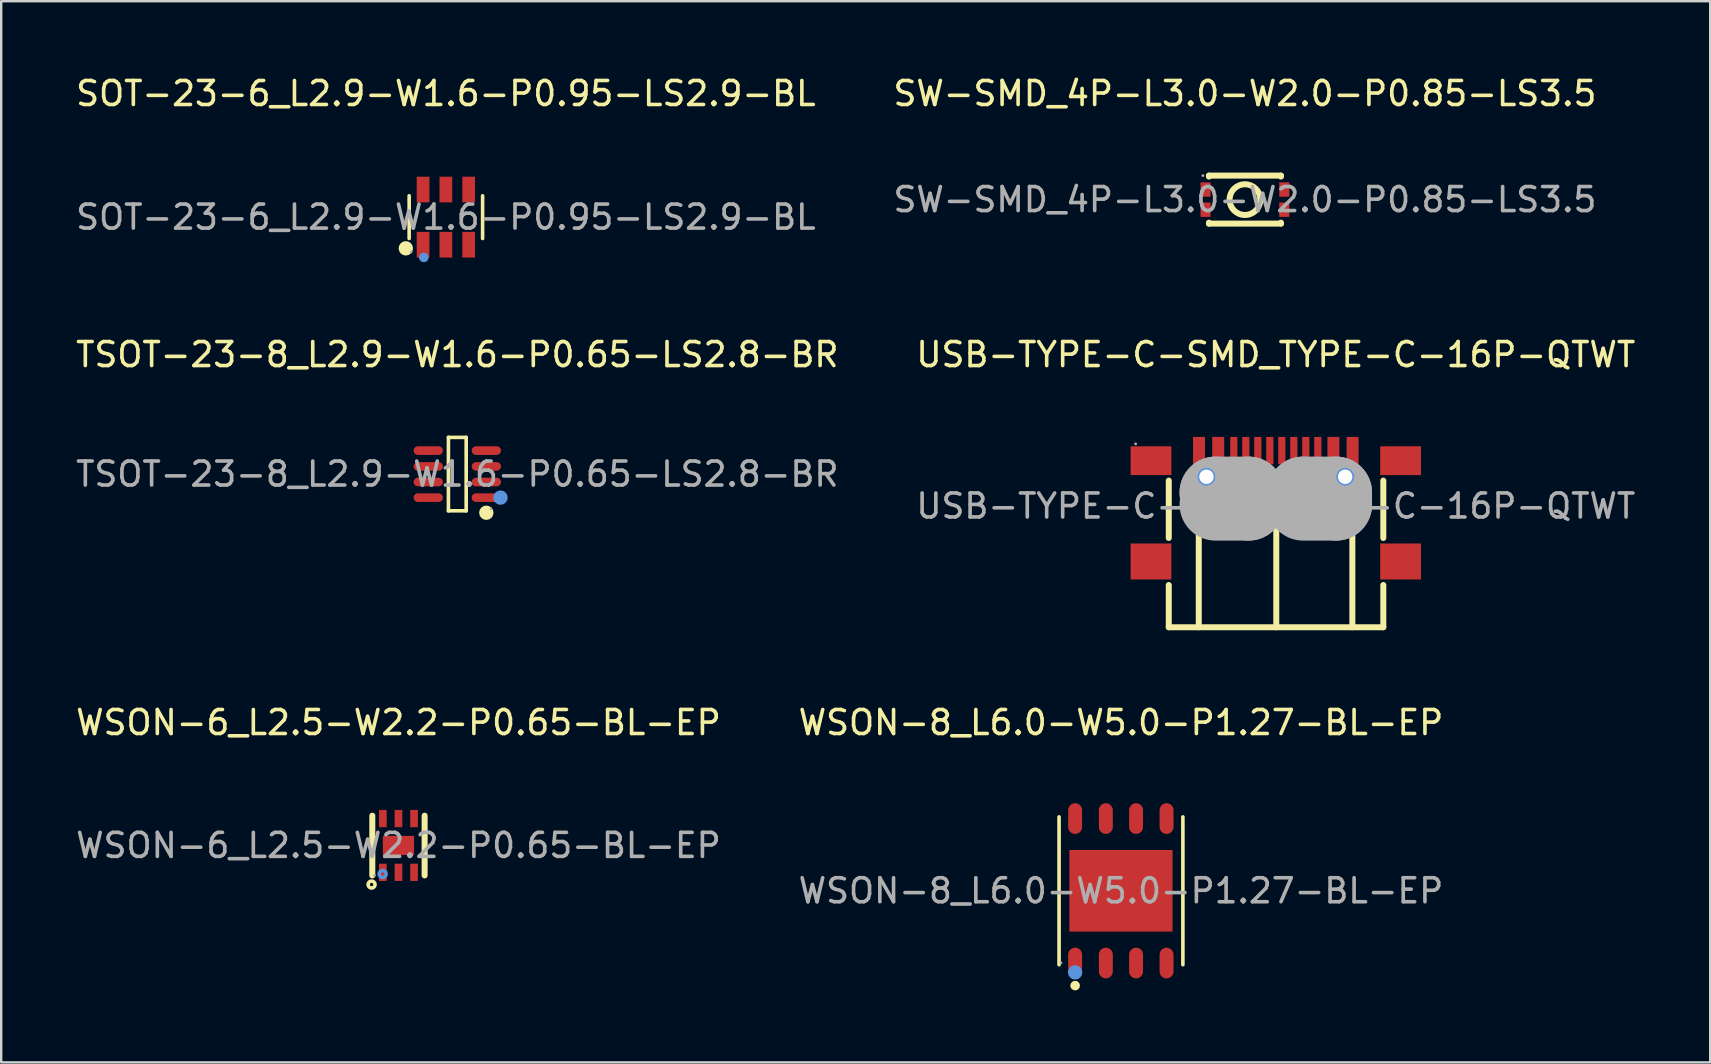
<source format=kicad_pcb>
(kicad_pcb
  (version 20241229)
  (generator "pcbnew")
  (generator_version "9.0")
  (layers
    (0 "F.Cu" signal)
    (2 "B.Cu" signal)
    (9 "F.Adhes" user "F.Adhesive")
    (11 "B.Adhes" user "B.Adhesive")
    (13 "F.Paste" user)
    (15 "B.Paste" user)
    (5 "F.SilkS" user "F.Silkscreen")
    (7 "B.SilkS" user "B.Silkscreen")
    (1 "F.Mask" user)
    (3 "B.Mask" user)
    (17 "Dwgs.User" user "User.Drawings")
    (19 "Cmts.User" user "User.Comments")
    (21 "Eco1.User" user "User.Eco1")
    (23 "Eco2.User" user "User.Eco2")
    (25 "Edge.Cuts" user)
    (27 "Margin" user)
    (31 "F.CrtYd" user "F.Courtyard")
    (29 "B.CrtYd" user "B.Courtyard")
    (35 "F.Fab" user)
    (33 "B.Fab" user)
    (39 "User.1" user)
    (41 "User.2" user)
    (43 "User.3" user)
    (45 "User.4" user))
  (footprint "SOT-23-6_L2.9-W1.6-P0.95-LS2.9-BL"
    (layer "F.Cu")
    (at 15.53 5.998)
    (property "Reference" "SOT-23-6_L2.9-W1.6-P0.95-LS2.9-BL" (at 0 -5.15 0) (layer "F.SilkS") (effects (font (size 1 1) (thickness 0.15))))
    (attr smd)
    (fp_line (start -1.53 0.89) (end -1.53 -0.89) (stroke (width 0.15) (type solid)) (layer "F.SilkS"))
    (fp_line (start 1.53 0.89) (end 1.53 -0.89) (stroke (width 0.15) (type solid)) (layer "F.SilkS"))
    (fp_circle (center -1.67 1.3) (end -1.52 1.3) (stroke (width 0.3) (type solid)) (fill no) (layer "F.SilkS"))
    (fp_circle (center -0.92 1.68) (end -0.82 1.68) (stroke (width 0.2) (type solid)) (fill no) (layer "Cmts.User"))
    (fp_circle (center -1.45 1.45) (end -1.42 1.45) (stroke (width 0.06) (type solid)) (fill no) (layer "F.Fab"))
    (fp_text user "${REFERENCE}" (at 0 0 0) (layer "F.Fab") (effects (font (size 1 1) (thickness 0.15))))
    (pad "1" smd rect (at -0.95 1.15) (size 0.53 1.07) (layers "F.Cu" "F.Mask" "F.Paste"))
    (pad "2" smd rect (at 0 1.15) (size 0.53 1.07) (layers "F.Cu" "F.Mask" "F.Paste"))
    (pad "3" smd rect (at 0.95 1.15) (size 0.53 1.07) (layers "F.Cu" "F.Mask" "F.Paste"))
    (pad "4" smd rect (at 0.95 -1.15) (size 0.53 1.07) (layers "F.Cu" "F.Mask" "F.Paste"))
    (pad "5" smd rect (at 0 -1.15) (size 0.53 1.07) (layers "F.Cu" "F.Mask" "F.Paste"))
    (pad "6" smd rect (at -0.95 -1.15) (size 0.53 1.07) (layers "F.Cu" "F.Mask" "F.Paste")))
  (footprint "USB-TYPE-C-SMD_TYPE-C-16P-QTWT"
    (layer "F.Cu")
    (at 50.113 18.037)
    (property "Reference" "USB-TYPE-C-SMD_TYPE-C-16P-QTWT" (at 0 -6.31 0) (layer "F.SilkS") (effects (font (size 1 1) (thickness 0.15))))
    (attr smd)
    (fp_line (start -4.46 -1.06) (end -4.46 1.33) (stroke (width 0.25) (type solid)) (layer "F.SilkS"))
    (fp_line (start -4.46 3.29) (end -4.46 5.05) (stroke (width 0.25) (type solid)) (layer "F.SilkS"))
    (fp_line (start -4.46 5.05) (end 4.48 5.05) (stroke (width 0.25) (type solid)) (layer "F.SilkS"))
    (fp_line (start -3.21 -0.4) (end -3.21 5.05) (stroke (width 0.25) (type solid)) (layer "F.SilkS"))
    (fp_line (start 0.02 -1.2) (end 0.02 5.05) (stroke (width 0.25) (type solid)) (layer "F.SilkS"))
    (fp_line (start 3.19 -0.4) (end 3.19 5.05) (stroke (width 0.25) (type solid)) (layer "F.SilkS"))
    (fp_line (start 4.48 1.33) (end 4.48 -1.06) (stroke (width 0.25) (type solid)) (layer "F.SilkS"))
    (fp_line (start 4.48 5.05) (end 4.48 3.29) (stroke (width 0.25) (type solid)) (layer "F.SilkS"))
    (fp_circle (center -2.89 -1.22) (end -2.77 -1.22) (stroke (width 0.25) (type solid)) (fill no) (layer "Cmts.User"))
    (fp_circle (center 2.89 -1.22) (end 3.01 -1.22) (stroke (width 0.25) (type solid)) (fill no) (layer "Cmts.User"))
    (fp_line (start -2.51 -0.56) (end -2.51 -0.56) (stroke (width 3) (type solid)) (layer "F.Fab"))
    (fp_line (start -2.51 -0.56) (end -1.14 -0.56) (stroke (width 3) (type solid)) (layer "F.Fab"))
    (fp_line (start -1.14 -0.56) (end -1.14 -0.06) (stroke (width 3) (type solid)) (layer "F.Fab"))
    (fp_line (start -1.14 -0.06) (end -2.51 -0.06) (stroke (width 3) (type solid)) (layer "F.Fab"))
    (fp_line (start 1.14 -0.56) (end 1.14 -0.56) (stroke (width 3) (type solid)) (layer "F.Fab"))
    (fp_line (start 1.14 -0.56) (end 2.51 -0.56) (stroke (width 3) (type solid)) (layer "F.Fab"))
    (fp_line (start 2.51 -0.56) (end 2.51 -0.06) (stroke (width 3) (type solid)) (layer "F.Fab"))
    (fp_line (start 2.51 -0.06) (end 1.14 -0.06) (stroke (width 3) (type solid)) (layer "F.Fab"))
    (fp_circle (center -5.84 -2.59) (end -5.81 -2.59) (stroke (width 0.06) (type solid)) (fill no) (layer "F.Fab"))
    (fp_text user "${REFERENCE}" (at 0 0 0) (layer "F.Fab") (effects (font (size 1 1) (thickness 0.15))))
    (pad "" thru_hole circle (at -2.89 -1.22) (size 0.6 0.6) (drill 0.6) (layers "*.Cu" "*.Mask"))
    (pad "" thru_hole circle (at 2.89 -1.22) (size 0.6 0.6) (drill 0.6) (layers "*.Cu" "*.Mask"))
    (pad "0" smd rect (at -5.2 -1.89) (size 1.7 1.2) (layers "F.Cu" "F.Mask" "F.Paste"))
    (pad "0" smd rect (at -5.2 2.31) (size 1.7 1.5) (layers "F.Cu" "F.Mask" "F.Paste"))
    (pad "0" smd rect (at 5.2 -1.89) (size 1.7 1.2) (layers "F.Cu" "F.Mask" "F.Paste"))
    (pad "0" smd rect (at 5.2 2.31) (size 1.7 1.5) (layers "F.Cu" "F.Mask" "F.Paste"))
    (pad "A1" smd rect (at -3.2 -2.31) (size 0.5 1.14) (layers "F.Cu" "F.Mask" "F.Paste"))
    (pad "A4" smd rect (at -2.4 -2.31) (size 0.5 1.14) (layers "F.Cu" "F.Mask" "F.Paste"))
    (pad "A5" smd rect (at -1.25 -2.31) (size 0.3 1.14) (layers "F.Cu" "F.Mask" "F.Paste"))
    (pad "A6" smd rect (at -0.25 -2.31) (size 0.3 1.14) (layers "F.Cu" "F.Mask" "F.Paste"))
    (pad "A7" smd rect (at 0.25 -2.31) (size 0.3 1.14) (layers "F.Cu" "F.Mask" "F.Paste"))
    (pad "A8" smd rect (at 1.25 -2.31) (size 0.3 1.14) (layers "F.Cu" "F.Mask" "F.Paste"))
    (pad "A9" smd rect (at 2.4 -2.31) (size 0.5 1.14) (layers "F.Cu" "F.Mask" "F.Paste"))
    (pad "A12" smd rect (at 3.2 -2.31) (size 0.5 1.14) (layers "F.Cu" "F.Mask" "F.Paste"))
    (pad "B5" smd rect (at 1.75 -2.31) (size 0.3 1.14) (layers "F.Cu" "F.Mask" "F.Paste"))
    (pad "B6" smd rect (at 0.75 -2.31) (size 0.3 1.14) (layers "F.Cu" "F.Mask" "F.Paste"))
    (pad "B7" smd rect (at -0.75 -2.31) (size 0.3 1.14) (layers "F.Cu" "F.Mask" "F.Paste"))
    (pad "B8" smd rect (at -1.75 -2.31) (size 0.3 1.14) (layers "F.Cu" "F.Mask" "F.Paste")))
  (footprint "WSON-8_L6.0-W5.0-P1.27-BL-EP"
    (layer "F.Cu")
    (at 43.661 34.07)
    (property "Reference" "WSON-8_L6.0-W5.0-P1.27-BL-EP" (at 0 -7.01 0) (layer "F.SilkS") (effects (font (size 1 1) (thickness 0.15))))
    (attr smd)
    (fp_line (start -2.58 3.08) (end -2.58 -3.08) (stroke (width 0.15) (type solid)) (layer "F.SilkS"))
    (fp_line (start 2.58 -3.08) (end 2.58 3.08) (stroke (width 0.15) (type solid)) (layer "F.SilkS"))
    (fp_circle (center -1.91 3.95) (end -1.81 3.95) (stroke (width 0.2) (type solid)) (fill no) (layer "F.SilkS"))
    (fp_circle (center -1.91 3.4) (end -1.76 3.4) (stroke (width 0.3) (type solid)) (fill no) (layer "Cmts.User"))
    (fp_circle (center -2.5 3) (end -2.47 3) (stroke (width 0.06) (type solid)) (fill no) (layer "F.Fab"))
    (fp_text user "${REFERENCE}" (at 0 0 0) (layer "F.Fab") (effects (font (size 1 1) (thickness 0.15))))
    (pad "1" smd oval (at -1.91 3.01) (size 0.58 1.28) (layers "F.Cu" "F.Mask" "F.Paste"))
    (pad "2" smd oval (at -0.63 3.01) (size 0.58 1.28) (layers "F.Cu" "F.Mask" "F.Paste"))
    (pad "3" smd oval (at 0.63 3.01) (size 0.58 1.28) (layers "F.Cu" "F.Mask" "F.Paste"))
    (pad "4" smd oval (at 1.9 3.01) (size 0.58 1.28) (layers "F.Cu" "F.Mask" "F.Paste"))
    (pad "5" smd oval (at 1.9 -3.01) (size 0.58 1.28) (layers "F.Cu" "F.Mask" "F.Paste"))
    (pad "6" smd oval (at 0.63 -3.01) (size 0.58 1.28) (layers "F.Cu" "F.Mask" "F.Paste"))
    (pad "7" smd oval (at -0.63 -3.01) (size 0.58 1.28) (layers "F.Cu" "F.Mask" "F.Paste"))
    (pad "8" smd oval (at -1.91 -3.01) (size 0.58 1.28) (layers "F.Cu" "F.Mask" "F.Paste"))
    (pad "9" smd rect (at 0 0) (size 4.3 3.4) (layers "F.Cu" "F.Mask" "F.Paste")))
  (footprint "WSON-6_L2.5-W2.2-P0.65-BL-EP"
    (layer "F.Cu")
    (at 13.554 32.18)
    (property "Reference" "WSON-6_L2.5-W2.2-P0.65-BL-EP" (at 0 -5.12 0) (layer "F.SilkS") (effects (font (size 1 1) (thickness 0.15))))
    (attr smd)
    (fp_line (start -1.09 1.25) (end -1.09 -1.24) (stroke (width 0.25) (type solid)) (layer "F.SilkS"))
    (fp_line (start 1.09 -1.24) (end 1.09 1.25) (stroke (width 0.25) (type solid)) (layer "F.SilkS"))
    (fp_circle (center -1.12 1.63) (end -1.05 1.63) (stroke (width 0.15) (type solid)) (fill no) (layer "F.SilkS"))
    (fp_circle (center -0.66 1.19) (end -0.59 1.19) (stroke (width 0.15) (type solid)) (fill no) (layer "Cmts.User"))
    (fp_circle (center -1 1.25) (end -0.97 1.25) (stroke (width 0.06) (type solid)) (fill no) (layer "F.Fab"))
    (fp_text user "${REFERENCE}" (at 0 0 0) (layer "F.Fab") (effects (font (size 1 1) (thickness 0.15))))
    (pad "1" smd rect (at -0.65 1.12 180) (size 0.32 0.72) (layers "F.Cu" "F.Mask" "F.Paste"))
    (pad "2" smd rect (at 0 1.12 180) (size 0.32 0.72) (layers "F.Cu" "F.Mask" "F.Paste"))
    (pad "3" smd rect (at 0.65 1.12 180) (size 0.32 0.72) (layers "F.Cu" "F.Mask" "F.Paste"))
    (pad "4" smd rect (at 0.65 -1.12 180) (size 0.32 0.72) (layers "F.Cu" "F.Mask" "F.Paste"))
    (pad "5" smd rect (at 0 -1.12 180) (size 0.32 0.72) (layers "F.Cu" "F.Mask" "F.Paste"))
    (pad "6" smd rect (at -0.65 -1.12 180) (size 0.32 0.72) (layers "F.Cu" "F.Mask" "F.Paste"))
    (pad "7" smd rect (at 0 0 90) (size 0.8 1.3) (layers "F.Cu" "F.Mask" "F.Paste")))
  (footprint "TSOT-23-8_L2.9-W1.6-P0.65-LS2.8-BR"
    (layer "F.Cu")
    (at 16.006 16.706)
    (property "Reference" "TSOT-23-8_L2.9-W1.6-P0.65-LS2.8-BR" (at 0 -4.98 0) (layer "F.SilkS") (effects (font (size 1 1) (thickness 0.15))))
    (attr smd)
    (fp_line (start -0.37 -1.53) (end 0.37 -1.53) (stroke (width 0.15) (type solid)) (layer "F.SilkS"))
    (fp_line (start -0.37 1.53) (end -0.37 -1.53) (stroke (width 0.15) (type solid)) (layer "F.SilkS"))
    (fp_line (start 0.37 -1.53) (end 0.37 1.53) (stroke (width 0.15) (type solid)) (layer "F.SilkS"))
    (fp_line (start 0.37 1.53) (end -0.37 1.53) (stroke (width 0.15) (type solid)) (layer "F.SilkS"))
    (fp_circle (center 1.21 1.61) (end 1.36 1.61) (stroke (width 0.3) (type solid)) (fill no) (layer "F.SilkS"))
    (fp_circle (center 1.8 0.98) (end 1.95 0.98) (stroke (width 0.3) (type solid)) (fill no) (layer "Cmts.User"))
    (fp_circle (center 1.4 1.45) (end 1.43 1.45) (stroke (width 0.06) (type solid)) (fill no) (layer "F.Fab"))
    (fp_text user "${REFERENCE}" (at 0 0 0) (layer "F.Fab") (effects (font (size 1 1) (thickness 0.15))))
    (pad "1" smd oval (at 1.21 0.98) (size 1.22 0.36) (layers "F.Cu" "F.Mask" "F.Paste"))
    (pad "2" smd oval (at 1.21 0.33) (size 1.22 0.36) (layers "F.Cu" "F.Mask" "F.Paste"))
    (pad "3" smd oval (at 1.21 -0.32) (size 1.22 0.36) (layers "F.Cu" "F.Mask" "F.Paste"))
    (pad "4" smd oval (at 1.21 -0.98) (size 1.22 0.36) (layers "F.Cu" "F.Mask" "F.Paste"))
    (pad "5" smd oval (at -1.21 -0.98) (size 1.22 0.36) (layers "F.Cu" "F.Mask" "F.Paste"))
    (pad "6" smd oval (at -1.21 -0.32) (size 1.22 0.36) (layers "F.Cu" "F.Mask" "F.Paste"))
    (pad "7" smd oval (at -1.21 0.33) (size 1.22 0.36) (layers "F.Cu" "F.Mask" "F.Paste"))
    (pad "8" smd oval (at -1.21 0.98) (size 1.22 0.36) (layers "F.Cu" "F.Mask" "F.Paste")))
  (footprint "SW-SMD_4P-L3.0-W2.0-P0.85-LS3.5"
    (layer "F.Cu")
    (at 48.827 5.268)
    (property "Reference" "SW-SMD_4P-L3.0-W2.0-P0.85-LS3.5" (at 0 -4.42 0) (layer "F.SilkS") (effects (font (size 1 1) (thickness 0.15))))
    (attr smd)
    (fp_line (start -1.5 -1) (end -1.5 -0.96) (stroke (width 0.25) (type solid)) (layer "F.SilkS"))
    (fp_line (start -1.5 -1) (end 1.5 -1) (stroke (width 0.25) (type solid)) (layer "F.SilkS"))
    (fp_line (start -1.5 0.96) (end -1.5 1) (stroke (width 0.25) (type solid)) (layer "F.SilkS"))
    (fp_line (start -1.5 1) (end 1.5 1) (stroke (width 0.25) (type solid)) (layer "F.SilkS"))
    (fp_line (start 1.5 -1) (end 1.5 -0.96) (stroke (width 0.25) (type solid)) (layer "F.SilkS"))
    (fp_line (start 1.5 0.96) (end 1.5 1) (stroke (width 0.25) (type solid)) (layer "F.SilkS"))
    (fp_circle (center 0 0) (end 0.64 0) (stroke (width 0.25) (type solid)) (fill no) (layer "F.SilkS"))
    (fp_circle (center -1.75 -1) (end -1.72 -1) (stroke (width 0.06) (type solid)) (fill no) (layer "F.Fab"))
    (fp_text user "${REFERENCE}" (at 0 0 0) (layer "F.Fab") (effects (font (size 1 1) (thickness 0.15))))
    (pad "1" smd rect (at -1.64 -0.42) (size 0.42 0.6) (layers "F.Cu" "F.Mask" "F.Paste"))
    (pad "1" smd rect (at -1.64 0.42) (size 0.42 0.6) (layers "F.Cu" "F.Mask" "F.Paste"))
    (pad "2" smd rect (at 1.64 -0.42) (size 0.42 0.6) (layers "F.Cu" "F.Mask" "F.Paste"))
    (pad "2" smd rect (at 1.64 0.42) (size 0.42 0.6) (layers "F.Cu" "F.Mask" "F.Paste")))
  (gr_rect
    (start -3 -3)
    (end 68.214 41.22)
    (stroke (width 0.1) (type default))
    (fill no)
    (layer "Edge.Cuts")))
</source>
